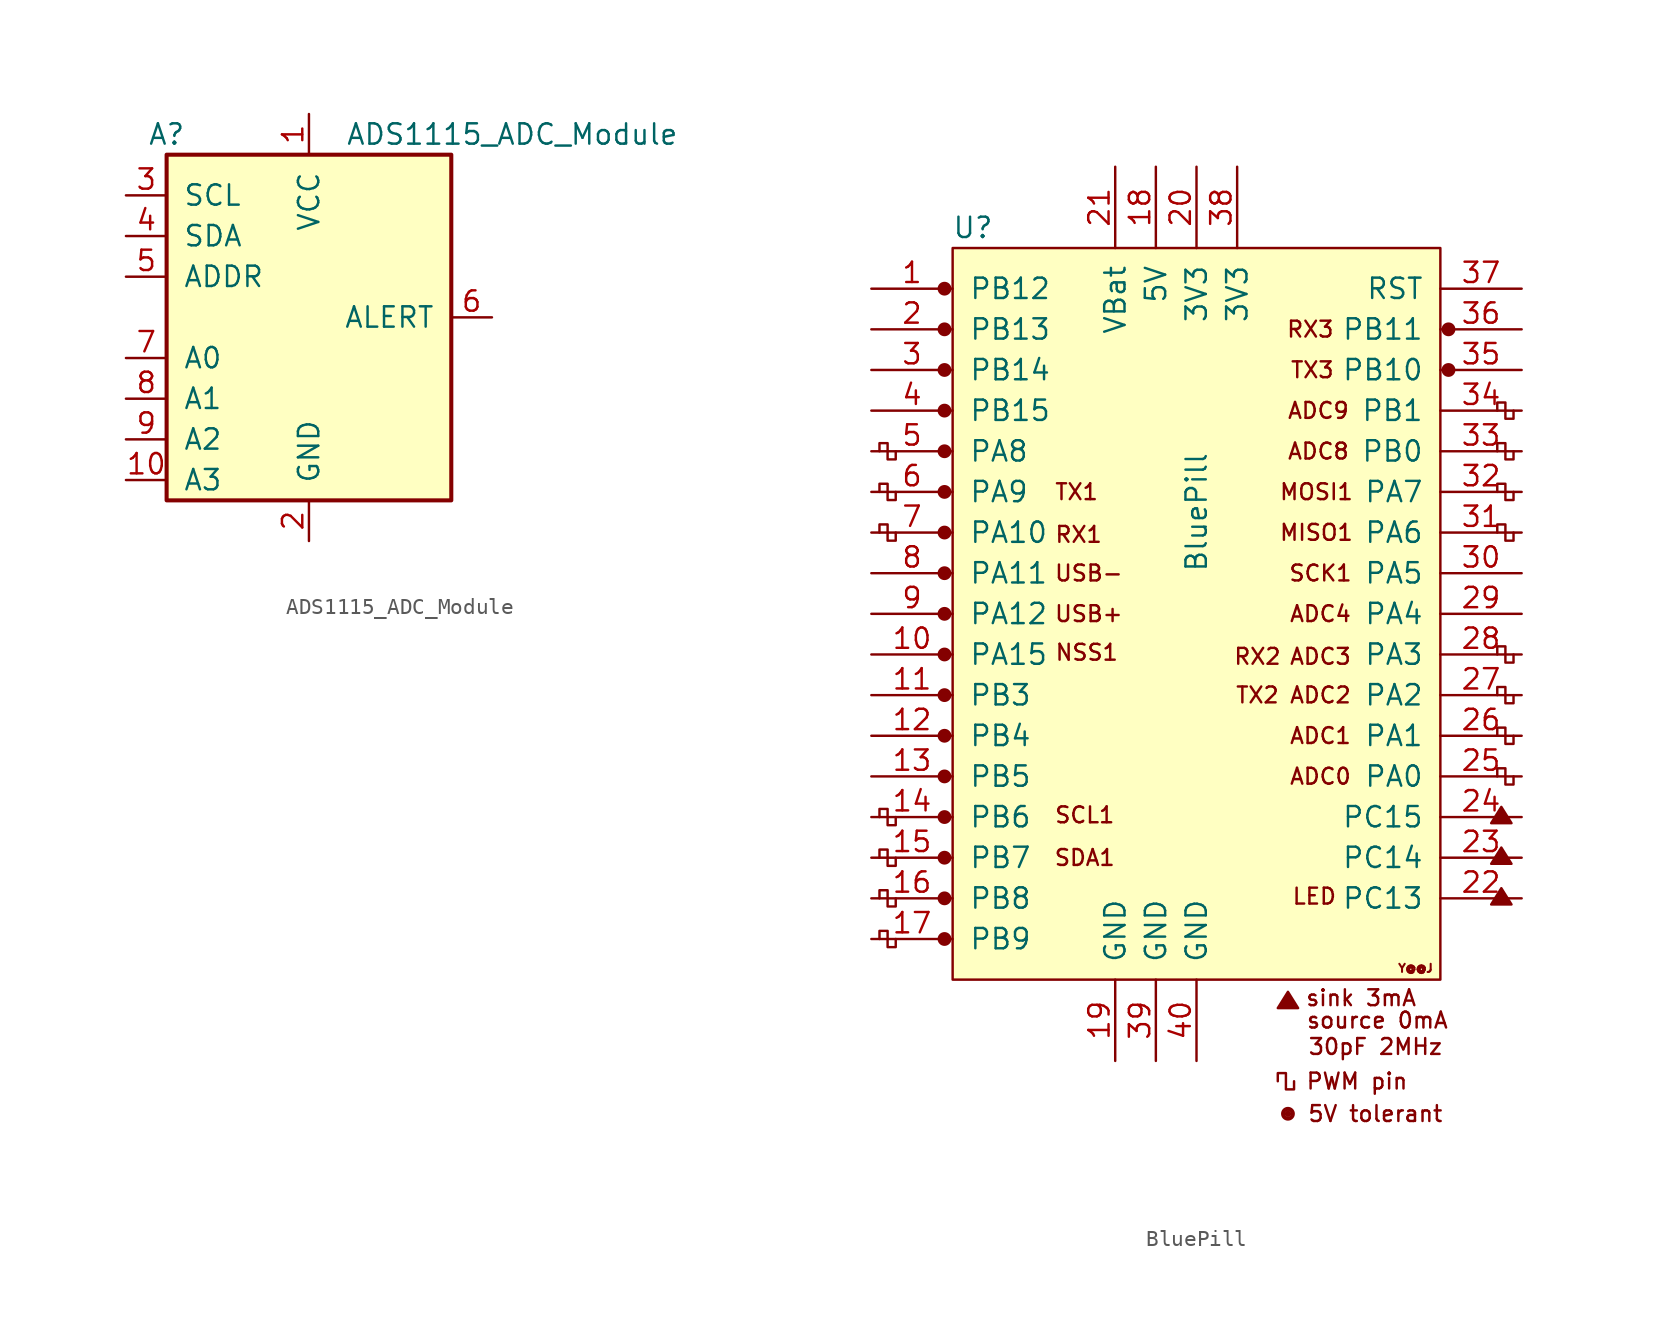
<source format=kicad_sym>
(kicad_symbol_lib
  (version 20231120)
  (generator "kicad_symbol_editor")
  (generator_version "8.0")
  (symbol "ADS1115_ADC_Module"
    (pin_names
      (offset 1.016))
    (property "Reference" "A"
      (at -8.89 11.43 0)
      (effects (font (size 1.27 1.27))))
    (property "Value" "ADS1115_ADC_Module"
      (at 12.7 11.43 0)
      (effects (font (size 1.27 1.27))))
    (symbol "ADS1115_ADC_Module_0_1"
      (rectangle (start -8.89 10.16) (end 8.89 -11.43) (stroke (width 0.254) (type solid)) (fill (type background))))
    (symbol "ADS1115_ADC_Module_1_1"
      (pin power_in line (at 0 12.7 270) (length 2.54) (name "VCC" (effects (font (size 1.27 1.27)))) (number "1" (effects (font (size 1.27 1.27)))))
      (pin input line (at -11.43 -10.16 0) (length 2.54) (name "A3" (effects (font (size 1.27 1.27)))) (number "10" (effects (font (size 1.27 1.27)))))
      (pin power_in line (at 0 -13.97 90) (length 2.54) (name "GND" (effects (font (size 1.27 1.27)))) (number "2" (effects (font (size 1.27 1.27)))))
      (pin input line (at -11.43 7.62 0) (length 2.54) (name "SCL" (effects (font (size 1.27 1.27)))) (number "3" (effects (font (size 1.27 1.27)))))
      (pin bidirectional line (at -11.43 5.08 0) (length 2.54) (name "SDA" (effects (font (size 1.27 1.27)))) (number "4" (effects (font (size 1.27 1.27)))))
      (pin input line (at -11.43 2.54 0) (length 2.54) (name "ADDR" (effects (font (size 1.27 1.27)))) (number "5" (effects (font (size 1.27 1.27)))))
      (pin output line (at 11.43 0 180) (length 2.54) (name "ALERT" (effects (font (size 1.27 1.27)))) (number "6" (effects (font (size 1.27 1.27)))))
      (pin input line (at -11.43 -2.54 0) (length 2.54) (name "A0" (effects (font (size 1.27 1.27)))) (number "7" (effects (font (size 1.27 1.27)))))
      (pin input line (at -11.43 -5.08 0) (length 2.54) (name "A1" (effects (font (size 1.27 1.27)))) (number "8" (effects (font (size 1.27 1.27)))))
      (pin input line (at -11.43 -7.62 0) (length 2.54) (name "A2" (effects (font (size 1.27 1.27)))) (number "9" (effects (font (size 1.27 1.27)))))))
  (symbol "BluePill"
    (pin_names
      (offset 1.016))
    (property "Reference" "U"
      (at -13.97 24.13 0)
      (effects (font (size 1.27 1.27))))
    (property "Value" "BluePill"
      (at 0 6.35 90)
      (effects (font (size 1.27 1.27))))
    (symbol "BluePill_0_0"
      (circle (center -15.748 -20.32) (radius 0.356) (stroke (width 0) (type solid)) (fill (type outline)))
      (circle (center -15.748 -17.78) (radius 0.356) (stroke (width 0) (type solid)) (fill (type outline)))
      (circle (center -15.748 -15.24) (radius 0.356) (stroke (width 0) (type solid)) (fill (type outline)))
      (circle (center -15.748 -12.7) (radius 0.356) (stroke (width 0) (type solid)) (fill (type outline)))
      (circle (center -15.748 -10.16) (radius 0.356) (stroke (width 0) (type solid)) (fill (type outline)))
      (circle (center -15.748 -7.62) (radius 0.356) (stroke (width 0) (type solid)) (fill (type outline)))
      (circle (center -15.748 -5.08) (radius 0.356) (stroke (width 0) (type solid)) (fill (type outline)))
      (circle (center -15.748 -2.54) (radius 0.356) (stroke (width 0) (type solid)) (fill (type outline)))
      (circle (center -15.748 0) (radius 0.356) (stroke (width 0) (type solid)) (fill (type outline)))
      (circle (center -15.748 2.54) (radius 0.356) (stroke (width 0) (type solid)) (fill (type outline)))
      (circle (center -15.748 5.08) (radius 0.356) (stroke (width 0) (type solid)) (fill (type outline)))
      (circle (center -15.748 7.62) (radius 0.356) (stroke (width 0) (type solid)) (fill (type outline)))
      (circle (center -15.748 10.16) (radius 0.356) (stroke (width 0) (type solid)) (fill (type outline)))
      (circle (center -15.748 12.7) (radius 0.356) (stroke (width 0) (type solid)) (fill (type outline)))
      (circle (center -15.748 15.24) (radius 0.356) (stroke (width 0) (type solid)) (fill (type outline)))
      (circle (center -15.748 20.32) (radius 0.356) (stroke (width 0) (type solid)) (fill (type outline)))
      (polyline (pts (xy 5.08 -24.638) (xy 5.715 -23.622) (xy 6.35 -24.638) (xy 5.08 -24.638) (xy 5.715 -23.749) (xy 6.223 -24.638) (xy 5.207 -24.511) (xy 5.715 -23.876) (xy 6.096 -24.638) (xy 5.334 -24.384) (xy 5.842 -24.003) (xy 5.969 -24.638) (xy 5.461 -24.257) (xy 5.969 -24.13) (xy 5.842 -24.511) (xy 5.588 -24.257) (xy 5.842 -24.384) (xy 5.715 -24.13)) (stroke (width 0) (type solid)) (fill (type none)))
      (polyline (pts (xy 18.415 -18.161) (xy 19.05 -17.145) (xy 19.685 -18.161) (xy 18.415 -18.161) (xy 19.05 -17.272) (xy 19.558 -18.161) (xy 18.542 -18.034) (xy 19.05 -17.399) (xy 19.431 -18.161) (xy 18.669 -17.907) (xy 19.177 -17.526) (xy 19.304 -18.161) (xy 18.796 -17.78) (xy 19.304 -17.653) (xy 19.177 -18.034) (xy 18.923 -17.78) (xy 19.177 -17.907) (xy 19.05 -17.653)) (stroke (width 0) (type solid)) (fill (type none)))
      (polyline (pts (xy 18.415 -15.621) (xy 19.05 -14.605) (xy 19.685 -15.621) (xy 18.415 -15.621) (xy 19.05 -14.732) (xy 19.558 -15.621) (xy 18.542 -15.494) (xy 19.05 -14.859) (xy 19.431 -15.621) (xy 18.669 -15.367) (xy 19.177 -14.986) (xy 19.304 -15.621) (xy 18.796 -15.24) (xy 19.304 -15.113) (xy 19.177 -15.494) (xy 18.923 -15.24) (xy 19.177 -15.367) (xy 19.05 -15.113)) (stroke (width 0) (type solid)) (fill (type none)))
      (polyline (pts (xy 18.415 -13.081) (xy 19.05 -12.065) (xy 19.685 -13.081) (xy 18.415 -13.081) (xy 19.05 -12.192) (xy 19.558 -13.081) (xy 18.542 -12.954) (xy 19.05 -12.319) (xy 19.431 -13.081) (xy 18.669 -12.827) (xy 19.177 -12.446) (xy 19.304 -13.081) (xy 18.796 -12.7) (xy 19.304 -12.573) (xy 19.177 -12.954) (xy 18.923 -12.7) (xy 19.177 -12.827) (xy 19.05 -12.573)) (stroke (width 0) (type solid)) (fill (type none)))
      (circle (center 5.715 -31.242) (radius 0.127) (stroke (width 0) (type solid)) (fill (type outline)))
      (circle (center 5.715 -31.242) (radius 0.254) (stroke (width 0) (type solid)) (fill (type none)))
      (circle (center 5.715 -31.242) (radius 0.356) (stroke (width 0) (type solid)) (fill (type none)))
      (circle (center 15.748 15.24) (radius 0.254) (stroke (width 0) (type solid)) (fill (type outline)))
      (circle (center 15.748 15.24) (radius 0.356) (stroke (width 0) (type solid)) (fill (type none)))
      (circle (center 15.748 17.78) (radius 0.254) (stroke (width 0) (type solid)) (fill (type outline)))
      (circle (center 15.748 17.78) (radius 0.356) (stroke (width 0) (type solid)) (fill (type none)))
      (text "30pF 2MHz" (at 11.176 -27.051 0) (effects (font (size 0.991 0.991))))
      (text "5V tolerant" (at 11.176 -31.242 0) (effects (font (size 0.991 0.991))))
      (text "ADC0" (at 7.747 -10.16 0) (effects (font (size 0.991 0.991))))
      (text "ADC1" (at 7.747 -7.62 0) (effects (font (size 0.991 0.991))))
      (text "ADC2" (at 7.747 -5.08 0) (effects (font (size 0.991 0.991))))
      (text "ADC3" (at 7.747 -2.667 0) (effects (font (size 0.991 0.991))))
      (text "ADC4" (at 7.747 0 0) (effects (font (size 0.991 0.991))))
      (text "ADC8" (at 7.62 10.16 0) (effects (font (size 0.991 0.991))))
      (text "ADC9" (at 7.62 12.7 0) (effects (font (size 0.991 0.991))))
      (text "LED" (at 7.366 -17.653 0) (effects (font (size 0.991 0.991))))
      (text "MISO1" (at 7.493 5.08 0) (effects (font (size 0.991 0.991))))
      (text "MOSI1" (at 7.493 7.62 0) (effects (font (size 0.991 0.991))))
      (text "NSS1" (at -6.858 -2.413 0) (effects (font (size 0.991 0.991))))
      (text "PWM pin" (at 10.033 -29.21 0) (effects (font (size 0.991 0.991))))
      (text "RX1" (at -7.366 4.953 0) (effects (font (size 0.991 0.991))))
      (text "RX2" (at 3.81 -2.667 0) (effects (font (size 0.991 0.991))))
      (text "RX3" (at 7.112 17.78 0) (effects (font (size 0.991 0.991))))
      (text "SCK1" (at 7.747 2.54 0) (effects (font (size 0.991 0.991))))
      (text "SCL1" (at -6.985 -12.573 0) (effects (font (size 0.991 0.991))))
      (text "SDA1" (at -6.985 -15.24 0) (effects (font (size 0.991 0.991))))
      (text "sink 3mA" (at 10.287 -24.003 0) (effects (font (size 0.991 0.991))))
      (text "source 0mA" (at 11.303 -25.4 0) (effects (font (size 0.991 0.991))))
      (text "TX1" (at -7.493 7.62 0) (effects (font (size 0.991 0.991))))
      (text "TX2" (at 3.81 -5.08 0) (effects (font (size 0.991 0.991))))
      (text "TX3" (at 7.239 15.24 0) (effects (font (size 0.991 0.991))))
      (text "USB+" (at -6.731 0 0) (effects (font (size 0.991 0.991))))
      (text "USB-" (at -6.731 2.54 0) (effects (font (size 0.991 0.991))))
      (text "Y@@J" (at 13.691 -22.149 0) (effects (font (size 0.508 0.508)))))
    (symbol "BluePill_0_1"
      (rectangle (start -15.24 22.86) (end 15.24 -22.86) (stroke (width 0) (type solid)) (fill (type background)))
      (polyline (pts (xy -18.796 -20.32) (xy -18.796 -20.828) (xy -19.304 -20.828) (xy -19.304 -19.812) (xy -19.812 -19.812) (xy -19.812 -20.32)) (stroke (width 0) (type solid)) (fill (type none)))
      (polyline (pts (xy -18.796 -17.78) (xy -18.796 -18.288) (xy -19.304 -18.288) (xy -19.304 -17.272) (xy -19.812 -17.272) (xy -19.812 -17.78)) (stroke (width 0) (type solid)) (fill (type none)))
      (polyline (pts (xy -18.796 -15.24) (xy -18.796 -15.748) (xy -19.304 -15.748) (xy -19.304 -14.732) (xy -19.812 -14.732) (xy -19.812 -15.24)) (stroke (width 0) (type solid)) (fill (type none)))
      (polyline (pts (xy -18.796 -12.7) (xy -18.796 -13.208) (xy -19.304 -13.208) (xy -19.304 -12.192) (xy -19.812 -12.192) (xy -19.812 -12.7)) (stroke (width 0) (type solid)) (fill (type none)))
      (polyline (pts (xy -18.796 5.08) (xy -18.796 4.572) (xy -19.304 4.572) (xy -19.304 5.588) (xy -19.812 5.588) (xy -19.812 5.08)) (stroke (width 0) (type solid)) (fill (type none)))
      (polyline (pts (xy -18.796 7.62) (xy -18.796 7.112) (xy -19.304 7.112) (xy -19.304 8.128) (xy -19.812 8.128) (xy -19.812 7.62)) (stroke (width 0) (type solid)) (fill (type none)))
      (polyline (pts (xy -18.796 10.16) (xy -18.796 9.652) (xy -19.304 9.652) (xy -19.304 10.668) (xy -19.812 10.668) (xy -19.812 10.16)) (stroke (width 0) (type solid)) (fill (type none)))
      (polyline (pts (xy 6.096 -29.21) (xy 6.096 -29.718) (xy 5.588 -29.718) (xy 5.588 -28.702) (xy 5.08 -28.702) (xy 5.08 -29.21)) (stroke (width 0) (type solid)) (fill (type none)))
      (polyline (pts (xy 19.812 -10.16) (xy 19.812 -10.668) (xy 19.304 -10.668) (xy 19.304 -9.652) (xy 18.796 -9.652) (xy 18.796 -10.16)) (stroke (width 0) (type solid)) (fill (type none)))
      (polyline (pts (xy 19.812 -7.62) (xy 19.812 -8.128) (xy 19.304 -8.128) (xy 19.304 -7.112) (xy 18.796 -7.112) (xy 18.796 -7.62)) (stroke (width 0) (type solid)) (fill (type none)))
      (polyline (pts (xy 19.812 -5.08) (xy 19.812 -5.588) (xy 19.304 -5.588) (xy 19.304 -4.572) (xy 18.796 -4.572) (xy 18.796 -5.08)) (stroke (width 0) (type solid)) (fill (type none)))
      (polyline (pts (xy 19.812 -2.54) (xy 19.812 -3.048) (xy 19.304 -3.048) (xy 19.304 -2.032) (xy 18.796 -2.032) (xy 18.796 -2.54)) (stroke (width 0) (type solid)) (fill (type none)))
      (polyline (pts (xy 19.812 5.08) (xy 19.812 4.572) (xy 19.304 4.572) (xy 19.304 5.588) (xy 18.796 5.588) (xy 18.796 5.08)) (stroke (width 0) (type solid)) (fill (type none)))
      (polyline (pts (xy 19.812 7.62) (xy 19.812 7.112) (xy 19.304 7.112) (xy 19.304 8.128) (xy 18.796 8.128) (xy 18.796 7.62)) (stroke (width 0) (type solid)) (fill (type none)))
      (polyline (pts (xy 19.812 10.16) (xy 19.812 9.652) (xy 19.304 9.652) (xy 19.304 10.668) (xy 18.796 10.668) (xy 18.796 10.16)) (stroke (width 0) (type solid)) (fill (type none)))
      (polyline (pts (xy 19.812 12.7) (xy 19.812 12.192) (xy 19.304 12.192) (xy 19.304 13.208) (xy 18.796 13.208) (xy 18.796 12.7)) (stroke (width 0) (type solid)) (fill (type none))))
    (symbol "BluePill_1_1"
      (circle (center -15.748 17.78) (radius 0.356) (stroke (width 0) (type solid)) (fill (type outline)))
      (pin bidirectional line (at -20.32 20.32 0) (length 5.08) (name "PB12" (effects (font (size 1.27 1.27)))) (number "1" (effects (font (size 1.27 1.27)))))
      (pin bidirectional line (at -20.32 -2.54 0) (length 5.08) (name "PA15" (effects (font (size 1.27 1.27)))) (number "10" (effects (font (size 1.27 1.27)))))
      (pin bidirectional line (at -20.32 -5.08 0) (length 5.08) (name "PB3" (effects (font (size 1.27 1.27)))) (number "11" (effects (font (size 1.27 1.27)))))
      (pin bidirectional line (at -20.32 -7.62 0) (length 5.08) (name "PB4" (effects (font (size 1.27 1.27)))) (number "12" (effects (font (size 1.27 1.27)))))
      (pin bidirectional line (at -20.32 -10.16 0) (length 5.08) (name "PB5" (effects (font (size 1.27 1.27)))) (number "13" (effects (font (size 1.27 1.27)))))
      (pin bidirectional line (at -20.32 -12.7 0) (length 5.08) (name "PB6" (effects (font (size 1.27 1.27)))) (number "14" (effects (font (size 1.27 1.27)))))
      (pin bidirectional line (at -20.32 -15.24 0) (length 5.08) (name "PB7" (effects (font (size 1.27 1.27)))) (number "15" (effects (font (size 1.27 1.27)))))
      (pin bidirectional line (at -20.32 -17.78 0) (length 5.08) (name "PB8" (effects (font (size 1.27 1.27)))) (number "16" (effects (font (size 1.27 1.27)))))
      (pin bidirectional line (at -20.32 -20.32 0) (length 5.08) (name "PB9" (effects (font (size 1.27 1.27)))) (number "17" (effects (font (size 1.27 1.27)))))
      (pin power_in line (at -2.54 27.94 270) (length 5.08) (name "5V" (effects (font (size 1.27 1.27)))) (number "18" (effects (font (size 1.27 1.27)))))
      (pin power_in line (at -5.08 -27.94 90) (length 5.08) (name "GND" (effects (font (size 1.27 1.27)))) (number "19" (effects (font (size 1.27 1.27)))))
      (pin bidirectional line (at -20.32 17.78 0) (length 5.08) (name "PB13" (effects (font (size 1.27 1.27)))) (number "2" (effects (font (size 1.27 1.27)))))
      (pin power_in line (at 0 27.94 270) (length 5.08) (name "3V3" (effects (font (size 1.27 1.27)))) (number "20" (effects (font (size 1.27 1.27)))))
      (pin power_in line (at -5.08 27.94 270) (length 5.08) (name "VBat" (effects (font (size 1.27 1.27)))) (number "21" (effects (font (size 1.27 1.27)))))
      (pin bidirectional line (at 20.32 -17.78 180) (length 5.08) (name "PC13" (effects (font (size 1.27 1.27)))) (number "22" (effects (font (size 1.27 1.27)))))
      (pin bidirectional line (at 20.32 -15.24 180) (length 5.08) (name "PC14" (effects (font (size 1.27 1.27)))) (number "23" (effects (font (size 1.27 1.27)))))
      (pin bidirectional line (at 20.32 -12.7 180) (length 5.08) (name "PC15" (effects (font (size 1.27 1.27)))) (number "24" (effects (font (size 1.27 1.27)))))
      (pin bidirectional line (at 20.32 -10.16 180) (length 5.08) (name "PA0" (effects (font (size 1.27 1.27)))) (number "25" (effects (font (size 1.27 1.27)))))
      (pin bidirectional line (at 20.32 -7.62 180) (length 5.08) (name "PA1" (effects (font (size 1.27 1.27)))) (number "26" (effects (font (size 1.27 1.27)))))
      (pin bidirectional line (at 20.32 -5.08 180) (length 5.08) (name "PA2" (effects (font (size 1.27 1.27)))) (number "27" (effects (font (size 1.27 1.27)))))
      (pin bidirectional line (at 20.32 -2.54 180) (length 5.08) (name "PA3" (effects (font (size 1.27 1.27)))) (number "28" (effects (font (size 1.27 1.27)))))
      (pin bidirectional line (at 20.32 0 180) (length 5.08) (name "PA4" (effects (font (size 1.27 1.27)))) (number "29" (effects (font (size 1.27 1.27)))))
      (pin bidirectional line (at -20.32 15.24 0) (length 5.08) (name "PB14" (effects (font (size 1.27 1.27)))) (number "3" (effects (font (size 1.27 1.27)))))
      (pin bidirectional line (at 20.32 2.54 180) (length 5.08) (name "PA5" (effects (font (size 1.27 1.27)))) (number "30" (effects (font (size 1.27 1.27)))))
      (pin bidirectional line (at 20.32 5.08 180) (length 5.08) (name "PA6" (effects (font (size 1.27 1.27)))) (number "31" (effects (font (size 1.27 1.27)))))
      (pin bidirectional line (at 20.32 7.62 180) (length 5.08) (name "PA7" (effects (font (size 1.27 1.27)))) (number "32" (effects (font (size 1.27 1.27)))))
      (pin bidirectional line (at 20.32 10.16 180) (length 5.08) (name "PB0" (effects (font (size 1.27 1.27)))) (number "33" (effects (font (size 1.27 1.27)))))
      (pin bidirectional line (at 20.32 12.7 180) (length 5.08) (name "PB1" (effects (font (size 1.27 1.27)))) (number "34" (effects (font (size 1.27 1.27)))))
      (pin bidirectional line (at 20.32 15.24 180) (length 5.08) (name "PB10" (effects (font (size 1.27 1.27)))) (number "35" (effects (font (size 1.27 1.27)))))
      (pin bidirectional line (at 20.32 17.78 180) (length 5.08) (name "PB11" (effects (font (size 1.27 1.27)))) (number "36" (effects (font (size 1.27 1.27)))))
      (pin input line (at 20.32 20.32 180) (length 5.08) (name "RST" (effects (font (size 1.27 1.27)))) (number "37" (effects (font (size 1.27 1.27)))))
      (pin power_in line (at 2.54 27.94 270) (length 5.08) (name "3V3" (effects (font (size 1.27 1.27)))) (number "38" (effects (font (size 1.27 1.27)))))
      (pin power_in line (at -2.54 -27.94 90) (length 5.08) (name "GND" (effects (font (size 1.27 1.27)))) (number "39" (effects (font (size 1.27 1.27)))))
      (pin bidirectional line (at -20.32 12.7 0) (length 5.08) (name "PB15" (effects (font (size 1.27 1.27)))) (number "4" (effects (font (size 1.27 1.27)))))
      (pin power_in line (at 0 -27.94 90) (length 5.08) (name "GND" (effects (font (size 1.27 1.27)))) (number "40" (effects (font (size 1.27 1.27)))))
      (pin bidirectional line (at -20.32 10.16 0) (length 5.08) (name "PA8" (effects (font (size 1.27 1.27)))) (number "5" (effects (font (size 1.27 1.27)))))
      (pin bidirectional line (at -20.32 7.62 0) (length 5.08) (name "PA9" (effects (font (size 1.27 1.27)))) (number "6" (effects (font (size 1.27 1.27)))))
      (pin bidirectional line (at -20.32 5.08 0) (length 5.08) (name "PA10" (effects (font (size 1.27 1.27)))) (number "7" (effects (font (size 1.27 1.27)))))
      (pin bidirectional line (at -20.32 2.54 0) (length 5.08) (name "PA11" (effects (font (size 1.27 1.27)))) (number "8" (effects (font (size 1.27 1.27)))))
      (pin bidirectional line (at -20.32 0 0) (length 5.08) (name "PA12" (effects (font (size 1.27 1.27)))) (number "9" (effects (font (size 1.27 1.27))))))))
</source>
